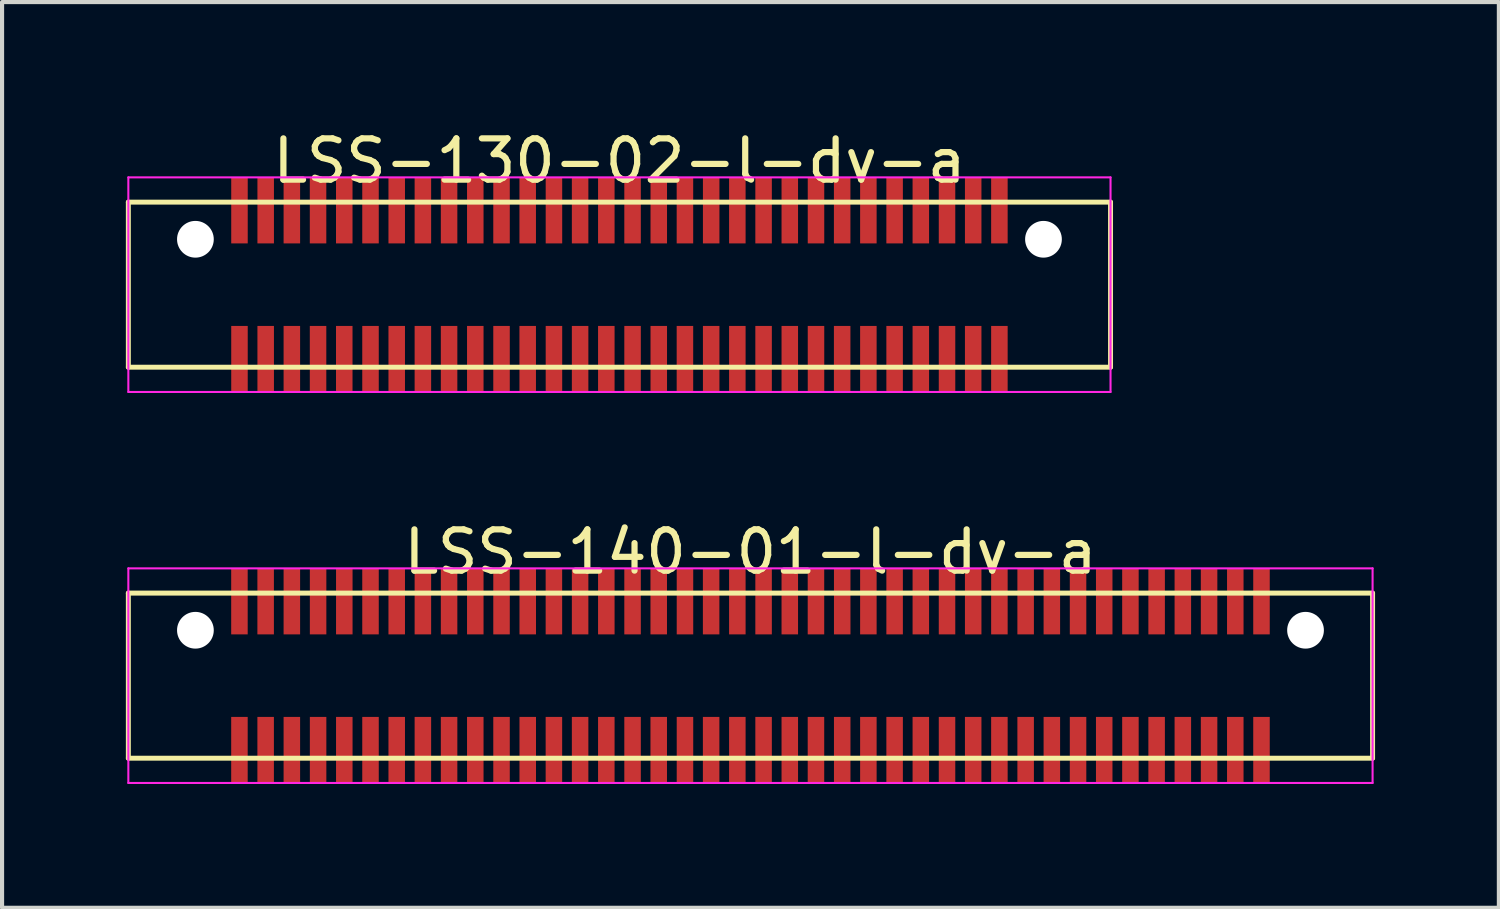
<source format=kicad_pcb>
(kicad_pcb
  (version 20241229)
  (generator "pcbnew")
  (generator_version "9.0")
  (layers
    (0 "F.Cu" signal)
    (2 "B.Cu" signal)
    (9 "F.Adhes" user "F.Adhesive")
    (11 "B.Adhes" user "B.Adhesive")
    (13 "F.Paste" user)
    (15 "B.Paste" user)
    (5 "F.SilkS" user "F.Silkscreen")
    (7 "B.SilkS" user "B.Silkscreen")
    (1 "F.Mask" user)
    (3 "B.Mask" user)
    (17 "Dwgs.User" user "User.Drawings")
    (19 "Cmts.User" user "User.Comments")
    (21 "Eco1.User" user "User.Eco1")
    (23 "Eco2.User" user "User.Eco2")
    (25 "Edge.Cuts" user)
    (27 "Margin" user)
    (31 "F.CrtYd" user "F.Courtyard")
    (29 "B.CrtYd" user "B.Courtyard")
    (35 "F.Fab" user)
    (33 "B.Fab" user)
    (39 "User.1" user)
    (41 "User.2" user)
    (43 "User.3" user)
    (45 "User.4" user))
  (footprint "LSS-140-01-l-dv-a"
    (layer "F.Cu")
    (at 15.135 13.322)
    (property "Reference" "LSS-140-01-l-dv-a" (at 0 -3 0) (layer "F.SilkS") (effects (font (size 1 1) (thickness 0.15))))
    (attr through_hole)
    (fp_line (start -15.075 -2) (end -15.075 2) (stroke (width 0.12) (type solid)) (layer "F.SilkS"))
    (fp_line (start -15.075 2) (end 15.075 2) (stroke (width 0.12) (type solid)) (layer "F.SilkS"))
    (fp_line (start 15.075 -2) (end -15.075 -2) (stroke (width 0.12) (type solid)) (layer "F.SilkS"))
    (fp_line (start 15.075 2) (end 15.075 -2) (stroke (width 0.12) (type solid)) (layer "F.SilkS"))
    (fp_line (start -15.075 -2.6) (end -15.075 2.6) (stroke (width 0.05) (type solid)) (layer "F.CrtYd"))
    (fp_line (start -15.075 2.6) (end 15.075 2.6) (stroke (width 0.05) (type solid)) (layer "F.CrtYd"))
    (fp_line (start 15.075 -2.6) (end -15.075 -2.6) (stroke (width 0.05) (type solid)) (layer "F.CrtYd"))
    (fp_line (start 15.075 2.6) (end 15.075 -2.6) (stroke (width 0.05) (type solid)) (layer "F.CrtYd"))
    (pad "" np_thru_hole circle (at -13.45 -1.1) (size 0.89 0.89) (drill 0.89) (layers "*.Cu" "*.Mask"))
    (pad "" np_thru_hole circle (at 13.45 -1.1) (size 0.89 0.89) (drill 0.89) (layers "*.Cu" "*.Mask"))
    (pad "1" smd rect (at -12.383 -1.8) (size 0.4 1.6) (layers "F.Cu" "F.Mask" "F.Paste"))
    (pad "2" smd rect (at -12.383 1.8) (size 0.4 1.6) (layers "F.Cu" "F.Mask" "F.Paste"))
    (pad "3" smd rect (at -11.748 -1.8) (size 0.4 1.6) (layers "F.Cu" "F.Mask" "F.Paste"))
    (pad "4" smd rect (at -11.748 1.8) (size 0.4 1.6) (layers "F.Cu" "F.Mask" "F.Paste"))
    (pad "5" smd rect (at -11.113 -1.8) (size 0.4 1.6) (layers "F.Cu" "F.Mask" "F.Paste"))
    (pad "6" smd rect (at -11.113 1.8) (size 0.4 1.6) (layers "F.Cu" "F.Mask" "F.Paste"))
    (pad "7" smd rect (at -10.477 -1.8) (size 0.4 1.6) (layers "F.Cu" "F.Mask" "F.Paste"))
    (pad "8" smd rect (at -10.477 1.8) (size 0.4 1.6) (layers "F.Cu" "F.Mask" "F.Paste"))
    (pad "9" smd rect (at -9.842 -1.8) (size 0.4 1.6) (layers "F.Cu" "F.Mask" "F.Paste"))
    (pad "10" smd rect (at -9.842 1.8) (size 0.4 1.6) (layers "F.Cu" "F.Mask" "F.Paste"))
    (pad "11" smd rect (at -9.207 -1.8) (size 0.4 1.6) (layers "F.Cu" "F.Mask" "F.Paste"))
    (pad "12" smd rect (at -9.207 1.8) (size 0.4 1.6) (layers "F.Cu" "F.Mask" "F.Paste"))
    (pad "13" smd rect (at -8.572 -1.8) (size 0.4 1.6) (layers "F.Cu" "F.Mask" "F.Paste"))
    (pad "14" smd rect (at -8.572 1.8) (size 0.4 1.6) (layers "F.Cu" "F.Mask" "F.Paste"))
    (pad "15" smd rect (at -7.938 -1.8) (size 0.4 1.6) (layers "F.Cu" "F.Mask" "F.Paste"))
    (pad "16" smd rect (at -7.938 1.8) (size 0.4 1.6) (layers "F.Cu" "F.Mask" "F.Paste"))
    (pad "17" smd rect (at -7.303 -1.8) (size 0.4 1.6) (layers "F.Cu" "F.Mask" "F.Paste"))
    (pad "18" smd rect (at -7.303 1.8) (size 0.4 1.6) (layers "F.Cu" "F.Mask" "F.Paste"))
    (pad "19" smd rect (at -6.668 -1.8) (size 0.4 1.6) (layers "F.Cu" "F.Mask" "F.Paste"))
    (pad "20" smd rect (at -6.668 1.8) (size 0.4 1.6) (layers "F.Cu" "F.Mask" "F.Paste"))
    (pad "21" smd rect (at -6.032 -1.8) (size 0.4 1.6) (layers "F.Cu" "F.Mask" "F.Paste"))
    (pad "22" smd rect (at -6.032 1.8) (size 0.4 1.6) (layers "F.Cu" "F.Mask" "F.Paste"))
    (pad "23" smd rect (at -5.397 -1.8) (size 0.4 1.6) (layers "F.Cu" "F.Mask" "F.Paste"))
    (pad "24" smd rect (at -5.397 1.8) (size 0.4 1.6) (layers "F.Cu" "F.Mask" "F.Paste"))
    (pad "25" smd rect (at -4.763 -1.8) (size 0.4 1.6) (layers "F.Cu" "F.Mask" "F.Paste"))
    (pad "26" smd rect (at -4.763 1.8) (size 0.4 1.6) (layers "F.Cu" "F.Mask" "F.Paste"))
    (pad "27" smd rect (at -4.128 -1.8) (size 0.4 1.6) (layers "F.Cu" "F.Mask" "F.Paste"))
    (pad "28" smd rect (at -4.128 1.8) (size 0.4 1.6) (layers "F.Cu" "F.Mask" "F.Paste"))
    (pad "29" smd rect (at -3.493 -1.8) (size 0.4 1.6) (layers "F.Cu" "F.Mask" "F.Paste"))
    (pad "30" smd rect (at -3.493 1.8) (size 0.4 1.6) (layers "F.Cu" "F.Mask" "F.Paste"))
    (pad "31" smd rect (at -2.857 -1.8) (size 0.4 1.6) (layers "F.Cu" "F.Mask" "F.Paste"))
    (pad "32" smd rect (at -2.857 1.8) (size 0.4 1.6) (layers "F.Cu" "F.Mask" "F.Paste"))
    (pad "33" smd rect (at -2.223 -1.8) (size 0.4 1.6) (layers "F.Cu" "F.Mask" "F.Paste"))
    (pad "34" smd rect (at -2.223 1.8) (size 0.4 1.6) (layers "F.Cu" "F.Mask" "F.Paste"))
    (pad "35" smd rect (at -1.587 -1.8) (size 0.4 1.6) (layers "F.Cu" "F.Mask" "F.Paste"))
    (pad "36" smd rect (at -1.587 1.8) (size 0.4 1.6) (layers "F.Cu" "F.Mask" "F.Paste"))
    (pad "37" smd rect (at -0.953 -1.8) (size 0.4 1.6) (layers "F.Cu" "F.Mask" "F.Paste"))
    (pad "38" smd rect (at -0.953 1.8) (size 0.4 1.6) (layers "F.Cu" "F.Mask" "F.Paste"))
    (pad "39" smd rect (at -0.318 -1.8) (size 0.4 1.6) (layers "F.Cu" "F.Mask" "F.Paste"))
    (pad "40" smd rect (at -0.318 1.8) (size 0.4 1.6) (layers "F.Cu" "F.Mask" "F.Paste"))
    (pad "41" smd rect (at 0.318 -1.8) (size 0.4 1.6) (layers "F.Cu" "F.Mask" "F.Paste"))
    (pad "42" smd rect (at 0.318 1.8) (size 0.4 1.6) (layers "F.Cu" "F.Mask" "F.Paste"))
    (pad "43" smd rect (at 0.953 -1.8) (size 0.4 1.6) (layers "F.Cu" "F.Mask" "F.Paste"))
    (pad "44" smd rect (at 0.953 1.8) (size 0.4 1.6) (layers "F.Cu" "F.Mask" "F.Paste"))
    (pad "45" smd rect (at 1.587 -1.8) (size 0.4 1.6) (layers "F.Cu" "F.Mask" "F.Paste"))
    (pad "46" smd rect (at 1.587 1.8) (size 0.4 1.6) (layers "F.Cu" "F.Mask" "F.Paste"))
    (pad "47" smd rect (at 2.223 -1.8) (size 0.4 1.6) (layers "F.Cu" "F.Mask" "F.Paste"))
    (pad "48" smd rect (at 2.223 1.8) (size 0.4 1.6) (layers "F.Cu" "F.Mask" "F.Paste"))
    (pad "49" smd rect (at 2.857 -1.8) (size 0.4 1.6) (layers "F.Cu" "F.Mask" "F.Paste"))
    (pad "50" smd rect (at 2.857 1.8) (size 0.4 1.6) (layers "F.Cu" "F.Mask" "F.Paste"))
    (pad "51" smd rect (at 3.493 -1.8) (size 0.4 1.6) (layers "F.Cu" "F.Mask" "F.Paste"))
    (pad "52" smd rect (at 3.493 1.8) (size 0.4 1.6) (layers "F.Cu" "F.Mask" "F.Paste"))
    (pad "53" smd rect (at 4.128 -1.8) (size 0.4 1.6) (layers "F.Cu" "F.Mask" "F.Paste"))
    (pad "54" smd rect (at 4.128 1.8) (size 0.4 1.6) (layers "F.Cu" "F.Mask" "F.Paste"))
    (pad "55" smd rect (at 4.763 -1.8) (size 0.4 1.6) (layers "F.Cu" "F.Mask" "F.Paste"))
    (pad "56" smd rect (at 4.763 1.8) (size 0.4 1.6) (layers "F.Cu" "F.Mask" "F.Paste"))
    (pad "57" smd rect (at 5.397 -1.8) (size 0.4 1.6) (layers "F.Cu" "F.Mask" "F.Paste"))
    (pad "58" smd rect (at 5.397 1.8) (size 0.4 1.6) (layers "F.Cu" "F.Mask" "F.Paste"))
    (pad "59" smd rect (at 6.032 -1.8) (size 0.4 1.6) (layers "F.Cu" "F.Mask" "F.Paste"))
    (pad "60" smd rect (at 6.032 1.8) (size 0.4 1.6) (layers "F.Cu" "F.Mask" "F.Paste"))
    (pad "61" smd rect (at 6.668 -1.8) (size 0.4 1.6) (layers "F.Cu" "F.Mask" "F.Paste"))
    (pad "62" smd rect (at 6.668 1.8) (size 0.4 1.6) (layers "F.Cu" "F.Mask" "F.Paste"))
    (pad "63" smd rect (at 7.303 -1.8) (size 0.4 1.6) (layers "F.Cu" "F.Mask" "F.Paste"))
    (pad "64" smd rect (at 7.303 1.8) (size 0.4 1.6) (layers "F.Cu" "F.Mask" "F.Paste"))
    (pad "65" smd rect (at 7.938 -1.8) (size 0.4 1.6) (layers "F.Cu" "F.Mask" "F.Paste"))
    (pad "66" smd rect (at 7.938 1.8) (size 0.4 1.6) (layers "F.Cu" "F.Mask" "F.Paste"))
    (pad "67" smd rect (at 8.572 -1.8) (size 0.4 1.6) (layers "F.Cu" "F.Mask" "F.Paste"))
    (pad "68" smd rect (at 8.572 1.8) (size 0.4 1.6) (layers "F.Cu" "F.Mask" "F.Paste"))
    (pad "69" smd rect (at 9.207 -1.8) (size 0.4 1.6) (layers "F.Cu" "F.Mask" "F.Paste"))
    (pad "70" smd rect (at 9.207 1.8) (size 0.4 1.6) (layers "F.Cu" "F.Mask" "F.Paste"))
    (pad "71" smd rect (at 9.842 -1.8) (size 0.4 1.6) (layers "F.Cu" "F.Mask" "F.Paste"))
    (pad "72" smd rect (at 9.842 1.8) (size 0.4 1.6) (layers "F.Cu" "F.Mask" "F.Paste"))
    (pad "73" smd rect (at 10.477 -1.8) (size 0.4 1.6) (layers "F.Cu" "F.Mask" "F.Paste"))
    (pad "74" smd rect (at 10.477 1.8) (size 0.4 1.6) (layers "F.Cu" "F.Mask" "F.Paste"))
    (pad "75" smd rect (at 11.113 -1.8) (size 0.4 1.6) (layers "F.Cu" "F.Mask" "F.Paste"))
    (pad "76" smd rect (at 11.113 1.8) (size 0.4 1.6) (layers "F.Cu" "F.Mask" "F.Paste"))
    (pad "77" smd rect (at 11.748 -1.8) (size 0.4 1.6) (layers "F.Cu" "F.Mask" "F.Paste"))
    (pad "78" smd rect (at 11.748 1.8) (size 0.4 1.6) (layers "F.Cu" "F.Mask" "F.Paste"))
    (pad "79" smd rect (at 12.383 -1.8) (size 0.4 1.6) (layers "F.Cu" "F.Mask" "F.Paste"))
    (pad "80" smd rect (at 12.383 1.8) (size 0.4 1.6) (layers "F.Cu" "F.Mask" "F.Paste")))
  (footprint "LSS-130-02-l-dv-a"
    (layer "F.Cu")
    (at 11.96 3.848)
    (property "Reference" "LSS-130-02-l-dv-a" (at 0 -3 0) (layer "F.SilkS") (effects (font (size 1 1) (thickness 0.15))))
    (attr through_hole)
    (fp_line (start -11.9 -2) (end -11.9 2) (stroke (width 0.12) (type solid)) (layer "F.SilkS"))
    (fp_line (start -11.9 2) (end 11.9 2) (stroke (width 0.12) (type solid)) (layer "F.SilkS"))
    (fp_line (start 11.9 -2) (end -11.9 -2) (stroke (width 0.12) (type solid)) (layer "F.SilkS"))
    (fp_line (start 11.9 2) (end 11.9 -2) (stroke (width 0.12) (type solid)) (layer "F.SilkS"))
    (fp_line (start -11.9 -2.6) (end -11.9 2.6) (stroke (width 0.05) (type solid)) (layer "F.CrtYd"))
    (fp_line (start -11.9 2.6) (end 11.9 2.6) (stroke (width 0.05) (type solid)) (layer "F.CrtYd"))
    (fp_line (start 11.9 -2.6) (end -11.9 -2.6) (stroke (width 0.05) (type solid)) (layer "F.CrtYd"))
    (fp_line (start 11.9 2.6) (end 11.9 -2.6) (stroke (width 0.05) (type solid)) (layer "F.CrtYd"))
    (pad "" np_thru_hole circle (at -10.275 -1.1) (size 0.89 0.89) (drill 0.89) (layers "*.Cu" "*.Mask"))
    (pad "" np_thru_hole circle (at 10.275 -1.1) (size 0.89 0.89) (drill 0.89) (layers "*.Cu" "*.Mask"))
    (pad "1" smd rect (at -9.207 -1.8) (size 0.4 1.6) (layers "F.Cu" "F.Mask" "F.Paste"))
    (pad "2" smd rect (at -9.207 1.8) (size 0.4 1.6) (layers "F.Cu" "F.Mask" "F.Paste"))
    (pad "3" smd rect (at -8.572 -1.8) (size 0.4 1.6) (layers "F.Cu" "F.Mask" "F.Paste"))
    (pad "4" smd rect (at -8.572 1.8) (size 0.4 1.6) (layers "F.Cu" "F.Mask" "F.Paste"))
    (pad "5" smd rect (at -7.938 -1.8) (size 0.4 1.6) (layers "F.Cu" "F.Mask" "F.Paste"))
    (pad "6" smd rect (at -7.938 1.8) (size 0.4 1.6) (layers "F.Cu" "F.Mask" "F.Paste"))
    (pad "7" smd rect (at -7.303 -1.8) (size 0.4 1.6) (layers "F.Cu" "F.Mask" "F.Paste"))
    (pad "8" smd rect (at -7.303 1.8) (size 0.4 1.6) (layers "F.Cu" "F.Mask" "F.Paste"))
    (pad "9" smd rect (at -6.668 -1.8) (size 0.4 1.6) (layers "F.Cu" "F.Mask" "F.Paste"))
    (pad "10" smd rect (at -6.668 1.8) (size 0.4 1.6) (layers "F.Cu" "F.Mask" "F.Paste"))
    (pad "11" smd rect (at -6.032 -1.8) (size 0.4 1.6) (layers "F.Cu" "F.Mask" "F.Paste"))
    (pad "12" smd rect (at -6.032 1.8) (size 0.4 1.6) (layers "F.Cu" "F.Mask" "F.Paste"))
    (pad "13" smd rect (at -5.397 -1.8) (size 0.4 1.6) (layers "F.Cu" "F.Mask" "F.Paste"))
    (pad "14" smd rect (at -5.397 1.8) (size 0.4 1.6) (layers "F.Cu" "F.Mask" "F.Paste"))
    (pad "15" smd rect (at -4.763 -1.8) (size 0.4 1.6) (layers "F.Cu" "F.Mask" "F.Paste"))
    (pad "16" smd rect (at -4.763 1.8) (size 0.4 1.6) (layers "F.Cu" "F.Mask" "F.Paste"))
    (pad "17" smd rect (at -4.128 -1.8) (size 0.4 1.6) (layers "F.Cu" "F.Mask" "F.Paste"))
    (pad "18" smd rect (at -4.128 1.8) (size 0.4 1.6) (layers "F.Cu" "F.Mask" "F.Paste"))
    (pad "19" smd rect (at -3.493 -1.8) (size 0.4 1.6) (layers "F.Cu" "F.Mask" "F.Paste"))
    (pad "20" smd rect (at -3.493 1.8) (size 0.4 1.6) (layers "F.Cu" "F.Mask" "F.Paste"))
    (pad "21" smd rect (at -2.857 -1.8) (size 0.4 1.6) (layers "F.Cu" "F.Mask" "F.Paste"))
    (pad "22" smd rect (at -2.857 1.8) (size 0.4 1.6) (layers "F.Cu" "F.Mask" "F.Paste"))
    (pad "23" smd rect (at -2.223 -1.8) (size 0.4 1.6) (layers "F.Cu" "F.Mask" "F.Paste"))
    (pad "24" smd rect (at -2.223 1.8) (size 0.4 1.6) (layers "F.Cu" "F.Mask" "F.Paste"))
    (pad "25" smd rect (at -1.587 -1.8) (size 0.4 1.6) (layers "F.Cu" "F.Mask" "F.Paste"))
    (pad "26" smd rect (at -1.587 1.8) (size 0.4 1.6) (layers "F.Cu" "F.Mask" "F.Paste"))
    (pad "27" smd rect (at -0.953 -1.8) (size 0.4 1.6) (layers "F.Cu" "F.Mask" "F.Paste"))
    (pad "28" smd rect (at -0.953 1.8) (size 0.4 1.6) (layers "F.Cu" "F.Mask" "F.Paste"))
    (pad "29" smd rect (at -0.318 -1.8) (size 0.4 1.6) (layers "F.Cu" "F.Mask" "F.Paste"))
    (pad "30" smd rect (at -0.318 1.8) (size 0.4 1.6) (layers "F.Cu" "F.Mask" "F.Paste"))
    (pad "31" smd rect (at 0.318 -1.8) (size 0.4 1.6) (layers "F.Cu" "F.Mask" "F.Paste"))
    (pad "32" smd rect (at 0.318 1.8) (size 0.4 1.6) (layers "F.Cu" "F.Mask" "F.Paste"))
    (pad "33" smd rect (at 0.953 -1.8) (size 0.4 1.6) (layers "F.Cu" "F.Mask" "F.Paste"))
    (pad "34" smd rect (at 0.953 1.8) (size 0.4 1.6) (layers "F.Cu" "F.Mask" "F.Paste"))
    (pad "35" smd rect (at 1.587 -1.8) (size 0.4 1.6) (layers "F.Cu" "F.Mask" "F.Paste"))
    (pad "36" smd rect (at 1.587 1.8) (size 0.4 1.6) (layers "F.Cu" "F.Mask" "F.Paste"))
    (pad "37" smd rect (at 2.223 -1.8) (size 0.4 1.6) (layers "F.Cu" "F.Mask" "F.Paste"))
    (pad "38" smd rect (at 2.223 1.8) (size 0.4 1.6) (layers "F.Cu" "F.Mask" "F.Paste"))
    (pad "39" smd rect (at 2.857 -1.8) (size 0.4 1.6) (layers "F.Cu" "F.Mask" "F.Paste"))
    (pad "40" smd rect (at 2.857 1.8) (size 0.4 1.6) (layers "F.Cu" "F.Mask" "F.Paste"))
    (pad "41" smd rect (at 3.493 -1.8) (size 0.4 1.6) (layers "F.Cu" "F.Mask" "F.Paste"))
    (pad "42" smd rect (at 3.493 1.8) (size 0.4 1.6) (layers "F.Cu" "F.Mask" "F.Paste"))
    (pad "43" smd rect (at 4.128 -1.8) (size 0.4 1.6) (layers "F.Cu" "F.Mask" "F.Paste"))
    (pad "44" smd rect (at 4.128 1.8) (size 0.4 1.6) (layers "F.Cu" "F.Mask" "F.Paste"))
    (pad "45" smd rect (at 4.763 -1.8) (size 0.4 1.6) (layers "F.Cu" "F.Mask" "F.Paste"))
    (pad "46" smd rect (at 4.763 1.8) (size 0.4 1.6) (layers "F.Cu" "F.Mask" "F.Paste"))
    (pad "47" smd rect (at 5.397 -1.8) (size 0.4 1.6) (layers "F.Cu" "F.Mask" "F.Paste"))
    (pad "48" smd rect (at 5.397 1.8) (size 0.4 1.6) (layers "F.Cu" "F.Mask" "F.Paste"))
    (pad "49" smd rect (at 6.032 -1.8) (size 0.4 1.6) (layers "F.Cu" "F.Mask" "F.Paste"))
    (pad "50" smd rect (at 6.032 1.8) (size 0.4 1.6) (layers "F.Cu" "F.Mask" "F.Paste"))
    (pad "51" smd rect (at 6.668 -1.8) (size 0.4 1.6) (layers "F.Cu" "F.Mask" "F.Paste"))
    (pad "52" smd rect (at 6.668 1.8) (size 0.4 1.6) (layers "F.Cu" "F.Mask" "F.Paste"))
    (pad "53" smd rect (at 7.303 -1.8) (size 0.4 1.6) (layers "F.Cu" "F.Mask" "F.Paste"))
    (pad "54" smd rect (at 7.303 1.8) (size 0.4 1.6) (layers "F.Cu" "F.Mask" "F.Paste"))
    (pad "55" smd rect (at 7.938 -1.8) (size 0.4 1.6) (layers "F.Cu" "F.Mask" "F.Paste"))
    (pad "56" smd rect (at 7.938 1.8) (size 0.4 1.6) (layers "F.Cu" "F.Mask" "F.Paste"))
    (pad "57" smd rect (at 8.572 -1.8) (size 0.4 1.6) (layers "F.Cu" "F.Mask" "F.Paste"))
    (pad "58" smd rect (at 8.572 1.8) (size 0.4 1.6) (layers "F.Cu" "F.Mask" "F.Paste"))
    (pad "59" smd rect (at 9.207 -1.8) (size 0.4 1.6) (layers "F.Cu" "F.Mask" "F.Paste"))
    (pad "60" smd rect (at 9.207 1.8) (size 0.4 1.6) (layers "F.Cu" "F.Mask" "F.Paste")))
  (gr_rect
    (start -3 -3)
    (end 33.27 18.947)
    (stroke (width 0.1) (type default))
    (fill no)
    (layer "Edge.Cuts")))
</source>
